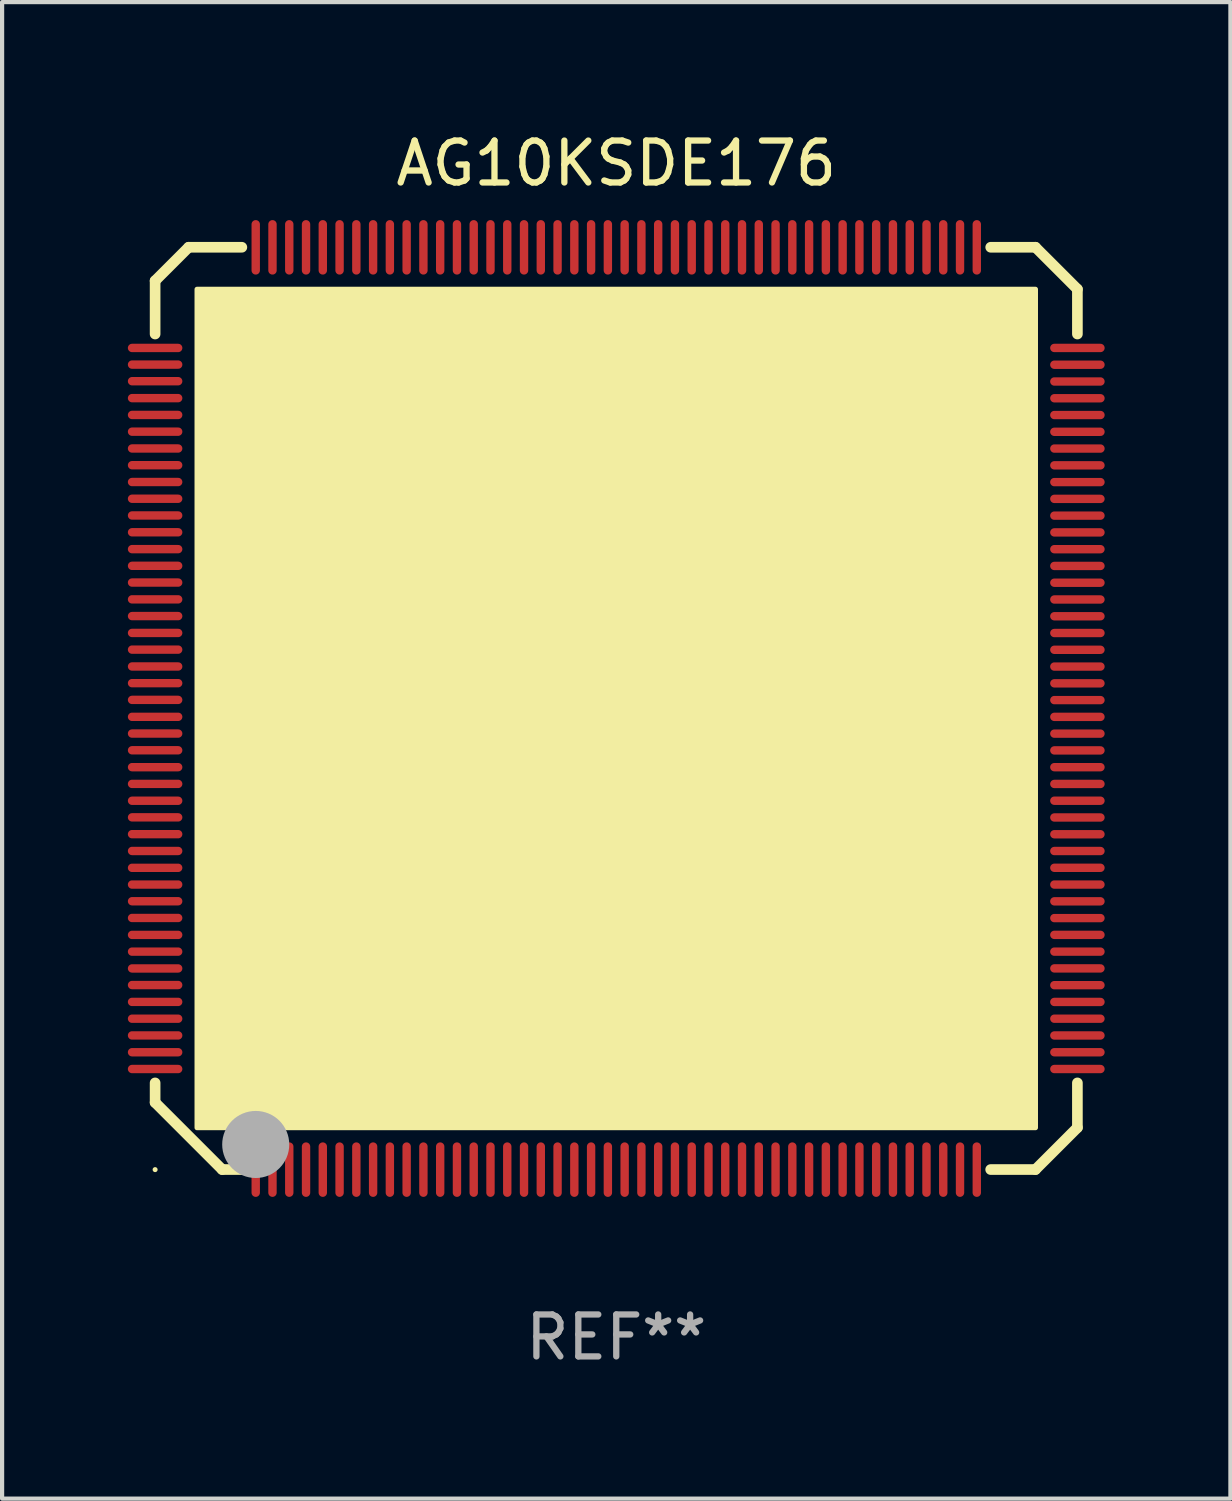
<source format=kicad_pcb>
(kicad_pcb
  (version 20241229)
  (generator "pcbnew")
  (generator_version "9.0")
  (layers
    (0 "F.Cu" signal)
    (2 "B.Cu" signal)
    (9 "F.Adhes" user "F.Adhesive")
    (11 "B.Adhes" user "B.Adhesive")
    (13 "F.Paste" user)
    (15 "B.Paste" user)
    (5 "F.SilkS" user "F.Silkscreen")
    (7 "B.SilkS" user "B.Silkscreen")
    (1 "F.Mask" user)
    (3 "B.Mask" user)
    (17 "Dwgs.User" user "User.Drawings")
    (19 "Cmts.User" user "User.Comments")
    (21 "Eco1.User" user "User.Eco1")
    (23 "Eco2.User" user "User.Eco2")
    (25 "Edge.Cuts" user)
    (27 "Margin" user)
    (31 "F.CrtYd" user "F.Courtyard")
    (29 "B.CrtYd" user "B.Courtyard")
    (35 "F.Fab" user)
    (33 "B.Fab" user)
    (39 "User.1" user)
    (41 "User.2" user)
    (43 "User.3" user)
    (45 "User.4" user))
  (footprint "AG10KSDE176"
    (layer "F.Cu")
    (at 11.65 13.849)
    (property "Reference" "AG10KSDE176" (at 0 -13.001 0) (layer "F.SilkS") (effects (font (size 1 1) (thickness 0.15))))
    (attr through_hole)
    (fp_line (start -11 -10.201) (end -10.2 -11.001) (stroke (width 0.254) (type solid)) (layer "F.SilkS"))
    (fp_line (start -11 -8.931) (end -11 -10.201) (stroke (width 0.254) (type solid)) (layer "F.SilkS"))
    (fp_line (start -11 9.399) (end -11 8.932) (stroke (width 0.254) (type solid)) (layer "F.SilkS"))
    (fp_line (start -10.2 -11.001) (end -8.931 -11.001) (stroke (width 0.254) (type solid)) (layer "F.SilkS"))
    (fp_line (start -9.4 10.999) (end -11 9.399) (stroke (width 0.254) (type solid)) (layer "F.SilkS"))
    (fp_line (start -8.931 10.999) (end -9.4 10.999) (stroke (width 0.254) (type solid)) (layer "F.SilkS"))
    (fp_line (start 8.932 -11.001) (end 10 -11.001) (stroke (width 0.254) (type solid)) (layer "F.SilkS"))
    (fp_line (start 10 -11.001) (end 11 -10.001) (stroke (width 0.254) (type solid)) (layer "F.SilkS"))
    (fp_line (start 10 10.999) (end 8.931 10.999) (stroke (width 0.254) (type solid)) (layer "F.SilkS"))
    (fp_line (start 11 -10.001) (end 11 -8.931) (stroke (width 0.254) (type solid)) (layer "F.SilkS"))
    (fp_line (start 11 8.932) (end 11 9.999) (stroke (width 0.254) (type solid)) (layer "F.SilkS"))
    (fp_line (start 11 9.999) (end 10 10.999) (stroke (width 0.254) (type solid)) (layer "F.SilkS"))
    (fp_circle (center -11 11.001) (end -10.97 11.001) (stroke (width 0.06) (type solid)) (fill no) (layer "F.SilkS"))
    (fp_circle (center -9 9.001) (end -8.5 9.001) (stroke (width 0.254) (type solid)) (fill no) (layer "F.SilkS"))
    (fp_poly (pts (xy -10 -9.999) (xy 10 -9.999) (xy 10 10.001) (xy -10 10.001)) (stroke (width 0.12) (type solid)) (fill yes) (layer "F.SilkS"))
    (fp_circle (center -8.6 10.401) (end -8.2 10.401) (stroke (width 0.8) (type solid)) (fill no) (layer "F.Fab"))
    (fp_text user "REF**" (at 0 15.001 0) (layer "F.Fab") (effects (font (size 1 1) (thickness 0.15))))
    (pad "1" smd oval (at -8.6 11.001) (size 0.2 1.3) (layers "F.Cu" "F.Mask" "F.Paste"))
    (pad "2" smd oval (at -8.2 11.001) (size 0.2 1.3) (layers "F.Cu" "F.Mask" "F.Paste"))
    (pad "3" smd oval (at -7.8 11.001) (size 0.2 1.3) (layers "F.Cu" "F.Mask" "F.Paste"))
    (pad "4" smd oval (at -7.4 11.001) (size 0.2 1.3) (layers "F.Cu" "F.Mask" "F.Paste"))
    (pad "5" smd oval (at -7 11.001) (size 0.2 1.3) (layers "F.Cu" "F.Mask" "F.Paste"))
    (pad "6" smd oval (at -6.6 11.001) (size 0.2 1.3) (layers "F.Cu" "F.Mask" "F.Paste"))
    (pad "7" smd oval (at -6.2 11.001) (size 0.2 1.3) (layers "F.Cu" "F.Mask" "F.Paste"))
    (pad "8" smd oval (at -5.8 11.001) (size 0.2 1.3) (layers "F.Cu" "F.Mask" "F.Paste"))
    (pad "9" smd oval (at -5.4 11.001) (size 0.2 1.3) (layers "F.Cu" "F.Mask" "F.Paste"))
    (pad "10" smd oval (at -5 11.001) (size 0.2 1.3) (layers "F.Cu" "F.Mask" "F.Paste"))
    (pad "11" smd oval (at -4.6 11.001) (size 0.2 1.3) (layers "F.Cu" "F.Mask" "F.Paste"))
    (pad "12" smd oval (at -4.2 11.001) (size 0.2 1.3) (layers "F.Cu" "F.Mask" "F.Paste"))
    (pad "13" smd oval (at -3.8 11.001) (size 0.2 1.3) (layers "F.Cu" "F.Mask" "F.Paste"))
    (pad "14" smd oval (at -3.4 11.001) (size 0.2 1.3) (layers "F.Cu" "F.Mask" "F.Paste"))
    (pad "15" smd oval (at -3 11.001) (size 0.2 1.3) (layers "F.Cu" "F.Mask" "F.Paste"))
    (pad "16" smd oval (at -2.6 11.001) (size 0.2 1.3) (layers "F.Cu" "F.Mask" "F.Paste"))
    (pad "17" smd oval (at -2.2 11.001) (size 0.2 1.3) (layers "F.Cu" "F.Mask" "F.Paste"))
    (pad "18" smd oval (at -1.8 11.001) (size 0.2 1.3) (layers "F.Cu" "F.Mask" "F.Paste"))
    (pad "19" smd oval (at -1.4 11.001) (size 0.2 1.3) (layers "F.Cu" "F.Mask" "F.Paste"))
    (pad "20" smd oval (at -1 11.001) (size 0.2 1.3) (layers "F.Cu" "F.Mask" "F.Paste"))
    (pad "21" smd oval (at -0.6 11.001) (size 0.2 1.3) (layers "F.Cu" "F.Mask" "F.Paste"))
    (pad "22" smd oval (at -0.2 11.001) (size 0.2 1.3) (layers "F.Cu" "F.Mask" "F.Paste"))
    (pad "23" smd oval (at 0.2 11.001) (size 0.2 1.3) (layers "F.Cu" "F.Mask" "F.Paste"))
    (pad "24" smd oval (at 0.6 11.001) (size 0.2 1.3) (layers "F.Cu" "F.Mask" "F.Paste"))
    (pad "25" smd oval (at 1 11.001) (size 0.2 1.3) (layers "F.Cu" "F.Mask" "F.Paste"))
    (pad "26" smd oval (at 1.4 11.001) (size 0.2 1.3) (layers "F.Cu" "F.Mask" "F.Paste"))
    (pad "27" smd oval (at 1.8 11.001) (size 0.2 1.3) (layers "F.Cu" "F.Mask" "F.Paste"))
    (pad "28" smd oval (at 2.2 11.001) (size 0.2 1.3) (layers "F.Cu" "F.Mask" "F.Paste"))
    (pad "29" smd oval (at 2.6 11.001) (size 0.2 1.3) (layers "F.Cu" "F.Mask" "F.Paste"))
    (pad "30" smd oval (at 3 11.001) (size 0.2 1.3) (layers "F.Cu" "F.Mask" "F.Paste"))
    (pad "31" smd oval (at 3.4 11.001) (size 0.2 1.3) (layers "F.Cu" "F.Mask" "F.Paste"))
    (pad "32" smd oval (at 3.8 11.001) (size 0.2 1.3) (layers "F.Cu" "F.Mask" "F.Paste"))
    (pad "33" smd oval (at 4.2 11.001) (size 0.2 1.3) (layers "F.Cu" "F.Mask" "F.Paste"))
    (pad "34" smd oval (at 4.6 11.001) (size 0.2 1.3) (layers "F.Cu" "F.Mask" "F.Paste"))
    (pad "35" smd oval (at 5 11.001) (size 0.2 1.3) (layers "F.Cu" "F.Mask" "F.Paste"))
    (pad "36" smd oval (at 5.4 11.001) (size 0.2 1.3) (layers "F.Cu" "F.Mask" "F.Paste"))
    (pad "37" smd oval (at 5.8 11.001) (size 0.2 1.3) (layers "F.Cu" "F.Mask" "F.Paste"))
    (pad "38" smd oval (at 6.2 11.001) (size 0.2 1.3) (layers "F.Cu" "F.Mask" "F.Paste"))
    (pad "39" smd oval (at 6.6 11.001) (size 0.2 1.3) (layers "F.Cu" "F.Mask" "F.Paste"))
    (pad "40" smd oval (at 7 11.001) (size 0.2 1.3) (layers "F.Cu" "F.Mask" "F.Paste"))
    (pad "41" smd oval (at 7.4 11.001) (size 0.2 1.3) (layers "F.Cu" "F.Mask" "F.Paste"))
    (pad "42" smd oval (at 7.8 11.001) (size 0.2 1.3) (layers "F.Cu" "F.Mask" "F.Paste"))
    (pad "43" smd oval (at 8.2 11.001) (size 0.2 1.3) (layers "F.Cu" "F.Mask" "F.Paste"))
    (pad "44" smd oval (at 8.6 11.001) (size 0.2 1.3) (layers "F.Cu" "F.Mask" "F.Paste"))
    (pad "45" smd oval (at 11 8.601) (size 1.3 0.2) (layers "F.Cu" "F.Mask" "F.Paste"))
    (pad "46" smd oval (at 11 8.201) (size 1.3 0.2) (layers "F.Cu" "F.Mask" "F.Paste"))
    (pad "47" smd oval (at 11 7.801) (size 1.3 0.2) (layers "F.Cu" "F.Mask" "F.Paste"))
    (pad "48" smd oval (at 11 7.401) (size 1.3 0.2) (layers "F.Cu" "F.Mask" "F.Paste"))
    (pad "49" smd oval (at 11 7.001) (size 1.3 0.2) (layers "F.Cu" "F.Mask" "F.Paste"))
    (pad "50" smd oval (at 11 6.601) (size 1.3 0.2) (layers "F.Cu" "F.Mask" "F.Paste"))
    (pad "51" smd oval (at 11 6.201) (size 1.3 0.2) (layers "F.Cu" "F.Mask" "F.Paste"))
    (pad "52" smd oval (at 11 5.801) (size 1.3 0.2) (layers "F.Cu" "F.Mask" "F.Paste"))
    (pad "53" smd oval (at 11 5.401) (size 1.3 0.2) (layers "F.Cu" "F.Mask" "F.Paste"))
    (pad "54" smd oval (at 11 5.001) (size 1.3 0.2) (layers "F.Cu" "F.Mask" "F.Paste"))
    (pad "55" smd oval (at 11 4.601) (size 1.3 0.2) (layers "F.Cu" "F.Mask" "F.Paste"))
    (pad "56" smd oval (at 11 4.201) (size 1.3 0.2) (layers "F.Cu" "F.Mask" "F.Paste"))
    (pad "57" smd oval (at 11 3.801) (size 1.3 0.2) (layers "F.Cu" "F.Mask" "F.Paste"))
    (pad "58" smd oval (at 11 3.401) (size 1.3 0.2) (layers "F.Cu" "F.Mask" "F.Paste"))
    (pad "59" smd oval (at 11 3.001) (size 1.3 0.2) (layers "F.Cu" "F.Mask" "F.Paste"))
    (pad "60" smd oval (at 11 2.601) (size 1.3 0.2) (layers "F.Cu" "F.Mask" "F.Paste"))
    (pad "61" smd oval (at 11 2.201) (size 1.3 0.2) (layers "F.Cu" "F.Mask" "F.Paste"))
    (pad "62" smd oval (at 11 1.801) (size 1.3 0.2) (layers "F.Cu" "F.Mask" "F.Paste"))
    (pad "63" smd oval (at 11 1.401) (size 1.3 0.2) (layers "F.Cu" "F.Mask" "F.Paste"))
    (pad "64" smd oval (at 11 1.001) (size 1.3 0.2) (layers "F.Cu" "F.Mask" "F.Paste"))
    (pad "65" smd oval (at 11 0.601) (size 1.3 0.2) (layers "F.Cu" "F.Mask" "F.Paste"))
    (pad "66" smd oval (at 11 0.201) (size 1.3 0.2) (layers "F.Cu" "F.Mask" "F.Paste"))
    (pad "67" smd oval (at 11 -0.199) (size 1.3 0.2) (layers "F.Cu" "F.Mask" "F.Paste"))
    (pad "68" smd oval (at 11 -0.599) (size 1.3 0.2) (layers "F.Cu" "F.Mask" "F.Paste"))
    (pad "69" smd oval (at 11 -0.999) (size 1.3 0.2) (layers "F.Cu" "F.Mask" "F.Paste"))
    (pad "70" smd oval (at 11 -1.399) (size 1.3 0.2) (layers "F.Cu" "F.Mask" "F.Paste"))
    (pad "71" smd oval (at 11 -1.799) (size 1.3 0.2) (layers "F.Cu" "F.Mask" "F.Paste"))
    (pad "72" smd oval (at 11 -2.199) (size 1.3 0.2) (layers "F.Cu" "F.Mask" "F.Paste"))
    (pad "73" smd oval (at 11 -2.599) (size 1.3 0.2) (layers "F.Cu" "F.Mask" "F.Paste"))
    (pad "74" smd oval (at 11 -2.999) (size 1.3 0.2) (layers "F.Cu" "F.Mask" "F.Paste"))
    (pad "75" smd oval (at 11 -3.399) (size 1.3 0.2) (layers "F.Cu" "F.Mask" "F.Paste"))
    (pad "76" smd oval (at 11 -3.799) (size 1.3 0.2) (layers "F.Cu" "F.Mask" "F.Paste"))
    (pad "77" smd oval (at 11 -4.199) (size 1.3 0.2) (layers "F.Cu" "F.Mask" "F.Paste"))
    (pad "78" smd oval (at 11 -4.599) (size 1.3 0.2) (layers "F.Cu" "F.Mask" "F.Paste"))
    (pad "79" smd oval (at 11 -4.999) (size 1.3 0.2) (layers "F.Cu" "F.Mask" "F.Paste"))
    (pad "80" smd oval (at 11 -5.399) (size 1.3 0.2) (layers "F.Cu" "F.Mask" "F.Paste"))
    (pad "81" smd oval (at 11 -5.799) (size 1.3 0.2) (layers "F.Cu" "F.Mask" "F.Paste"))
    (pad "82" smd oval (at 11 -6.199) (size 1.3 0.2) (layers "F.Cu" "F.Mask" "F.Paste"))
    (pad "83" smd oval (at 11 -6.599) (size 1.3 0.2) (layers "F.Cu" "F.Mask" "F.Paste"))
    (pad "84" smd oval (at 11 -6.999) (size 1.3 0.2) (layers "F.Cu" "F.Mask" "F.Paste"))
    (pad "85" smd oval (at 11 -7.399) (size 1.3 0.2) (layers "F.Cu" "F.Mask" "F.Paste"))
    (pad "86" smd oval (at 11 -7.799) (size 1.3 0.2) (layers "F.Cu" "F.Mask" "F.Paste"))
    (pad "87" smd oval (at 11 -8.199) (size 1.3 0.2) (layers "F.Cu" "F.Mask" "F.Paste"))
    (pad "88" smd oval (at 11 -8.599) (size 1.3 0.2) (layers "F.Cu" "F.Mask" "F.Paste"))
    (pad "89" smd oval (at 8.6 -10.999 270) (size 1.3 0.2) (layers "F.Cu" "F.Mask" "F.Paste"))
    (pad "90" smd oval (at 8.2 -10.999 270) (size 1.3 0.2) (layers "F.Cu" "F.Mask" "F.Paste"))
    (pad "91" smd oval (at 7.8 -10.999 270) (size 1.3 0.2) (layers "F.Cu" "F.Mask" "F.Paste"))
    (pad "92" smd oval (at 7.401 -10.999 270) (size 1.3 0.2) (layers "F.Cu" "F.Mask" "F.Paste"))
    (pad "93" smd oval (at 7.001 -10.999 270) (size 1.3 0.2) (layers "F.Cu" "F.Mask" "F.Paste"))
    (pad "94" smd oval (at 6.6 -10.999 270) (size 1.3 0.2) (layers "F.Cu" "F.Mask" "F.Paste"))
    (pad "95" smd oval (at 6.2 -10.999 270) (size 1.3 0.2) (layers "F.Cu" "F.Mask" "F.Paste"))
    (pad "96" smd oval (at 5.8 -10.999 270) (size 1.3 0.2) (layers "F.Cu" "F.Mask" "F.Paste"))
    (pad "97" smd oval (at 5.4 -10.999 270) (size 1.3 0.2) (layers "F.Cu" "F.Mask" "F.Paste"))
    (pad "98" smd oval (at 5 -10.999 270) (size 1.3 0.2) (layers "F.Cu" "F.Mask" "F.Paste"))
    (pad "99" smd oval (at 4.6 -10.999 270) (size 1.3 0.2) (layers "F.Cu" "F.Mask" "F.Paste"))
    (pad "100" smd oval (at 4.2 -10.999 270) (size 1.3 0.2) (layers "F.Cu" "F.Mask" "F.Paste"))
    (pad "101" smd oval (at 3.8 -10.999 270) (size 1.3 0.2) (layers "F.Cu" "F.Mask" "F.Paste"))
    (pad "102" smd oval (at 3.4 -10.999 270) (size 1.3 0.2) (layers "F.Cu" "F.Mask" "F.Paste"))
    (pad "103" smd oval (at 3 -10.999 270) (size 1.3 0.2) (layers "F.Cu" "F.Mask" "F.Paste"))
    (pad "104" smd oval (at 2.6 -10.999 270) (size 1.3 0.2) (layers "F.Cu" "F.Mask" "F.Paste"))
    (pad "105" smd oval (at 2.2 -10.999 270) (size 1.3 0.2) (layers "F.Cu" "F.Mask" "F.Paste"))
    (pad "106" smd oval (at 1.8 -10.999 270) (size 1.3 0.2) (layers "F.Cu" "F.Mask" "F.Paste"))
    (pad "107" smd oval (at 1.4 -10.999 270) (size 1.3 0.2) (layers "F.Cu" "F.Mask" "F.Paste"))
    (pad "108" smd oval (at 1 -10.999 270) (size 1.3 0.2) (layers "F.Cu" "F.Mask" "F.Paste"))
    (pad "109" smd oval (at 0.6 -10.999 270) (size 1.3 0.2) (layers "F.Cu" "F.Mask" "F.Paste"))
    (pad "110" smd oval (at 0.2 -10.999 270) (size 1.3 0.2) (layers "F.Cu" "F.Mask" "F.Paste"))
    (pad "111" smd oval (at -0.2 -10.999 270) (size 1.3 0.2) (layers "F.Cu" "F.Mask" "F.Paste"))
    (pad "112" smd oval (at -0.6 -10.999 270) (size 1.3 0.2) (layers "F.Cu" "F.Mask" "F.Paste"))
    (pad "113" smd oval (at -1 -10.999 270) (size 1.3 0.2) (layers "F.Cu" "F.Mask" "F.Paste"))
    (pad "114" smd oval (at -1.4 -10.999 270) (size 1.3 0.2) (layers "F.Cu" "F.Mask" "F.Paste"))
    (pad "115" smd oval (at -1.8 -10.999 270) (size 1.3 0.2) (layers "F.Cu" "F.Mask" "F.Paste"))
    (pad "116" smd oval (at -2.2 -10.999 270) (size 1.3 0.2) (layers "F.Cu" "F.Mask" "F.Paste"))
    (pad "117" smd oval (at -2.6 -10.999 270) (size 1.3 0.2) (layers "F.Cu" "F.Mask" "F.Paste"))
    (pad "118" smd oval (at -3 -10.999 270) (size 1.3 0.2) (layers "F.Cu" "F.Mask" "F.Paste"))
    (pad "119" smd oval (at -3.4 -10.999 270) (size 1.3 0.2) (layers "F.Cu" "F.Mask" "F.Paste"))
    (pad "120" smd oval (at -3.8 -10.999 270) (size 1.3 0.2) (layers "F.Cu" "F.Mask" "F.Paste"))
    (pad "121" smd oval (at -4.2 -10.999 270) (size 1.3 0.2) (layers "F.Cu" "F.Mask" "F.Paste"))
    (pad "122" smd oval (at -4.6 -10.999 270) (size 1.3 0.2) (layers "F.Cu" "F.Mask" "F.Paste"))
    (pad "123" smd oval (at -5 -10.999 270) (size 1.3 0.2) (layers "F.Cu" "F.Mask" "F.Paste"))
    (pad "124" smd oval (at -5.4 -10.999 270) (size 1.3 0.2) (layers "F.Cu" "F.Mask" "F.Paste"))
    (pad "125" smd oval (at -5.8 -10.999 270) (size 1.3 0.2) (layers "F.Cu" "F.Mask" "F.Paste"))
    (pad "126" smd oval (at -6.2 -10.999 270) (size 1.3 0.2) (layers "F.Cu" "F.Mask" "F.Paste"))
    (pad "127" smd oval (at -6.6 -10.999 270) (size 1.3 0.2) (layers "F.Cu" "F.Mask" "F.Paste"))
    (pad "128" smd oval (at -7 -10.999 270) (size 1.3 0.2) (layers "F.Cu" "F.Mask" "F.Paste"))
    (pad "129" smd oval (at -7.4 -10.999 270) (size 1.3 0.2) (layers "F.Cu" "F.Mask" "F.Paste"))
    (pad "130" smd oval (at -7.8 -10.999 270) (size 1.3 0.2) (layers "F.Cu" "F.Mask" "F.Paste"))
    (pad "131" smd oval (at -8.2 -10.999 270) (size 1.3 0.2) (layers "F.Cu" "F.Mask" "F.Paste"))
    (pad "132" smd oval (at -8.6 -10.999 270) (size 1.3 0.2) (layers "F.Cu" "F.Mask" "F.Paste"))
    (pad "133" smd oval (at -11 -8.599) (size 1.3 0.2) (layers "F.Cu" "F.Mask" "F.Paste"))
    (pad "134" smd oval (at -11 -8.202) (size 1.3 0.2) (layers "F.Cu" "F.Mask" "F.Paste"))
    (pad "135" smd oval (at -11 -7.806) (size 1.3 0.2) (layers "F.Cu" "F.Mask" "F.Paste"))
    (pad "136" smd oval (at -11 -7.402) (size 1.3 0.2) (layers "F.Cu" "F.Mask" "F.Paste"))
    (pad "137" smd oval (at -11 -7.001) (size 1.3 0.2) (layers "F.Cu" "F.Mask" "F.Paste"))
    (pad "138" smd oval (at -11 -6.602) (size 1.3 0.2) (layers "F.Cu" "F.Mask" "F.Paste"))
    (pad "139" smd oval (at -11 -6.201) (size 1.3 0.2) (layers "F.Cu" "F.Mask" "F.Paste"))
    (pad "140" smd oval (at -11 -5.802) (size 1.3 0.2) (layers "F.Cu" "F.Mask" "F.Paste"))
    (pad "141" smd oval (at -11 -5.401) (size 1.3 0.2) (layers "F.Cu" "F.Mask" "F.Paste"))
    (pad "142" smd oval (at -11 -5.002) (size 1.3 0.2) (layers "F.Cu" "F.Mask" "F.Paste"))
    (pad "143" smd oval (at -11 -4.603) (size 1.3 0.2) (layers "F.Cu" "F.Mask" "F.Paste"))
    (pad "144" smd oval (at -11 -4.202) (size 1.3 0.2) (layers "F.Cu" "F.Mask" "F.Paste"))
    (pad "145" smd oval (at -11 -3.8) (size 1.3 0.2) (layers "F.Cu" "F.Mask" "F.Paste"))
    (pad "146" smd oval (at -11 -3.402) (size 1.3 0.2) (layers "F.Cu" "F.Mask" "F.Paste"))
    (pad "147" smd oval (at -11 -3.003) (size 1.3 0.2) (layers "F.Cu" "F.Mask" "F.Paste"))
    (pad "148" smd oval (at -11 -2.602) (size 1.3 0.2) (layers "F.Cu" "F.Mask" "F.Paste"))
    (pad "149" smd oval (at -11 -2.203) (size 1.3 0.2) (layers "F.Cu" "F.Mask" "F.Paste"))
    (pad "150" smd oval (at -11 -1.801) (size 1.3 0.2) (layers "F.Cu" "F.Mask" "F.Paste"))
    (pad "151" smd oval (at -11 -1.403) (size 1.3 0.2) (layers "F.Cu" "F.Mask" "F.Paste"))
    (pad "152" smd oval (at -11 -1.001) (size 1.3 0.2) (layers "F.Cu" "F.Mask" "F.Paste"))
    (pad "153" smd oval (at -11 -0.603) (size 1.3 0.2) (layers "F.Cu" "F.Mask" "F.Paste"))
    (pad "154" smd oval (at -11 -0.204) (size 1.3 0.2) (layers "F.Cu" "F.Mask" "F.Paste"))
    (pad "155" smd oval (at -11 0.2) (size 1.3 0.2) (layers "F.Cu" "F.Mask" "F.Paste"))
    (pad "156" smd oval (at -11 0.599) (size 1.3 0.2) (layers "F.Cu" "F.Mask" "F.Paste"))
    (pad "157" smd oval (at -11 0.998) (size 1.3 0.2) (layers "F.Cu" "F.Mask" "F.Paste"))
    (pad "158" smd oval (at -11 1.401) (size 1.3 0.2) (layers "F.Cu" "F.Mask" "F.Paste"))
    (pad "159" smd oval (at -11 1.8) (size 1.3 0.2) (layers "F.Cu" "F.Mask" "F.Paste"))
    (pad "160" smd oval (at -11 2.202) (size 1.3 0.2) (layers "F.Cu" "F.Mask" "F.Paste"))
    (pad "161" smd oval (at -11 2.598) (size 1.3 0.2) (layers "F.Cu" "F.Mask" "F.Paste"))
    (pad "162" smd oval (at -11 2.999) (size 1.3 0.2) (layers "F.Cu" "F.Mask" "F.Paste"))
    (pad "163" smd oval (at -11 3.4) (size 1.3 0.2) (layers "F.Cu" "F.Mask" "F.Paste"))
    (pad "164" smd oval (at -11 3.802) (size 1.3 0.2) (layers "F.Cu" "F.Mask" "F.Paste"))
    (pad "165" smd oval (at -11 4.201) (size 1.3 0.2) (layers "F.Cu" "F.Mask" "F.Paste"))
    (pad "166" smd oval (at -11 4.599) (size 1.3 0.2) (layers "F.Cu" "F.Mask" "F.Paste"))
    (pad "167" smd oval (at -11 4.998) (size 1.3 0.2) (layers "F.Cu" "F.Mask" "F.Paste"))
    (pad "168" smd oval (at -11 5.402) (size 1.3 0.2) (layers "F.Cu" "F.Mask" "F.Paste"))
    (pad "169" smd oval (at -11 5.801) (size 1.3 0.2) (layers "F.Cu" "F.Mask" "F.Paste"))
    (pad "170" smd oval (at -11 6.202) (size 1.3 0.2) (layers "F.Cu" "F.Mask" "F.Paste"))
    (pad "171" smd oval (at -11 6.598) (size 1.3 0.2) (layers "F.Cu" "F.Mask" "F.Paste"))
    (pad "172" smd oval (at -11 7) (size 1.3 0.2) (layers "F.Cu" "F.Mask" "F.Paste"))
    (pad "173" smd oval (at -11 7.401) (size 1.3 0.2) (layers "F.Cu" "F.Mask" "F.Paste"))
    (pad "174" smd oval (at -11 7.8) (size 1.3 0.2) (layers "F.Cu" "F.Mask" "F.Paste"))
    (pad "175" smd oval (at -11 8.201) (size 1.3 0.2) (layers "F.Cu" "F.Mask" "F.Paste"))
    (pad "176" smd oval (at -11 8.601) (size 1.3 0.2) (layers "F.Cu" "F.Mask" "F.Paste"))
    (pad "177" smd rect (at 0 0.001) (size 5.8 5.8) (layers "F.Cu" "F.Mask" "F.Paste")))
  (gr_rect
    (start -3 -3)
    (end 26.3 32.698)
    (stroke (width 0.1) (type default))
    (fill no)
    (layer "Edge.Cuts")))
</source>
